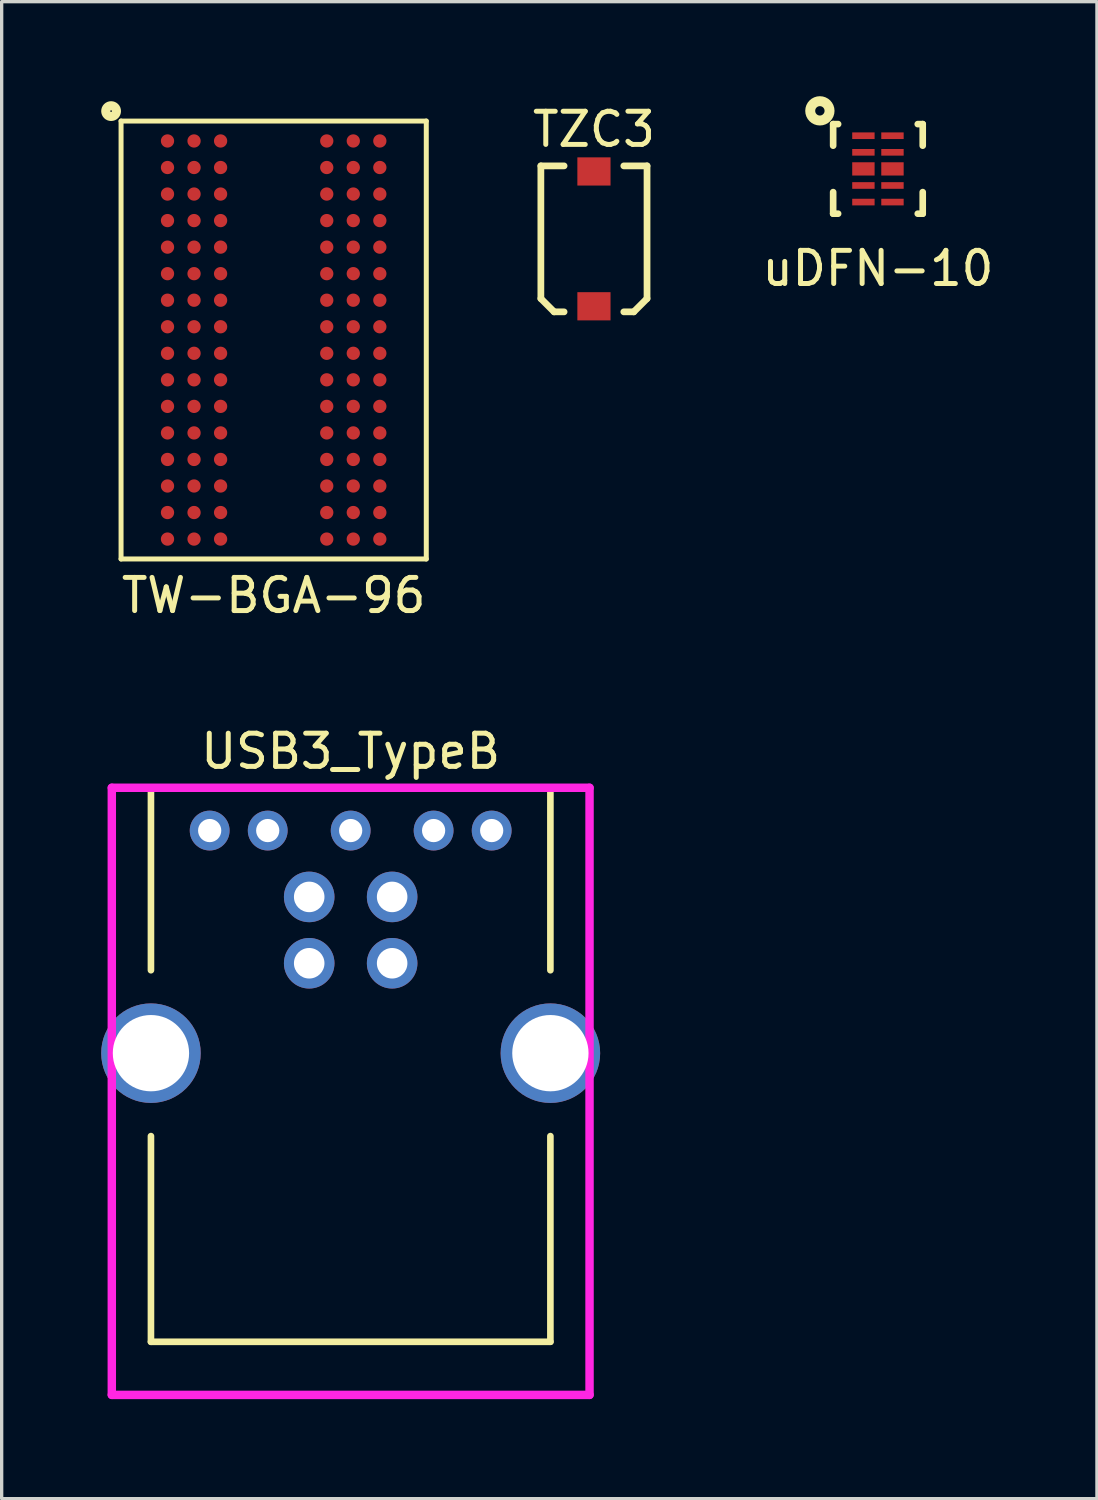
<source format=kicad_pcb>
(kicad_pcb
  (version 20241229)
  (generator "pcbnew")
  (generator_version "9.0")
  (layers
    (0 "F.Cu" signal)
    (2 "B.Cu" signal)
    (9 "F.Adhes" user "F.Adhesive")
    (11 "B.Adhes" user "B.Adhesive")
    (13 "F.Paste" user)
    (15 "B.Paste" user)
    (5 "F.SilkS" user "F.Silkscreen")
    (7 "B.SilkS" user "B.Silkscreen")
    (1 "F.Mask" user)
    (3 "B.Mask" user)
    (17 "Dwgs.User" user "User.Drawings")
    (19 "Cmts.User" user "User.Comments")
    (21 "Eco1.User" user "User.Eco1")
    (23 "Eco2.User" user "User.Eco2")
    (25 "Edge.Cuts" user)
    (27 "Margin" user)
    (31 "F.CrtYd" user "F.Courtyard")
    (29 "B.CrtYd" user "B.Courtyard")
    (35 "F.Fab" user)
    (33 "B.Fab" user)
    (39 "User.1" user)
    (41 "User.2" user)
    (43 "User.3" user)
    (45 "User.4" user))
  (footprint "TZC3"
    (layer "F.Cu")
    (at 14.853 4.15)
    (property "Reference" "TZC3" (at 0 -3.302 0) (layer "F.SilkS") (effects (font (size 1 1) (thickness 0.15))))
    (attr smd)
    (fp_line (start -1.6 -2.2) (end -0.9 -2.2) (stroke (width 0.203) (type solid)) (layer "F.SilkS"))
    (fp_line (start -1.6 1.8) (end -1.6 -2.2) (stroke (width 0.203) (type solid)) (layer "F.SilkS"))
    (fp_line (start -1.2 2.2) (end -1.6 1.8) (stroke (width 0.203) (type solid)) (layer "F.SilkS"))
    (fp_line (start -1.2 2.2) (end -0.9 2.2) (stroke (width 0.203) (type solid)) (layer "F.SilkS"))
    (fp_line (start 1.2 2.2) (end 0.9 2.2) (stroke (width 0.203) (type solid)) (layer "F.SilkS"))
    (fp_line (start 1.6 -2.2) (end 0.9 -2.2) (stroke (width 0.203) (type solid)) (layer "F.SilkS"))
    (fp_line (start 1.6 1.8) (end 1.2 2.2) (stroke (width 0.203) (type solid)) (layer "F.SilkS"))
    (fp_line (start 1.6 1.8) (end 1.6 -2.2) (stroke (width 0.203) (type solid)) (layer "F.SilkS"))
    (pad "1" smd rect (at 0 2.032 90) (size 0.85 1) (layers "F.Cu" "F.Mask" "F.Paste"))
    (pad "2" smd rect (at 0 -2.032 90) (size 0.85 1) (layers "F.Cu" "F.Mask" "F.Paste")))
  (footprint "uDFN-10"
    (layer "F.Cu")
    (at 23.413 2.041)
    (property "Reference" "uDFN-10" (at 0 3 0) (layer "F.SilkS") (effects (font (size 1 1) (thickness 0.15))))
    (attr smd)
    (fp_line (start -1.35 -1.35) (end -1.35 -0.7) (stroke (width 0.2) (type solid)) (layer "F.SilkS"))
    (fp_line (start -1.35 -1.35) (end -1.2 -1.35) (stroke (width 0.2) (type solid)) (layer "F.SilkS"))
    (fp_line (start -1.35 1.35) (end -1.35 0.7) (stroke (width 0.2) (type solid)) (layer "F.SilkS"))
    (fp_line (start -1.35 1.35) (end -1.2 1.35) (stroke (width 0.2) (type solid)) (layer "F.SilkS"))
    (fp_line (start 1.35 -1.35) (end 1.2 -1.35) (stroke (width 0.2) (type solid)) (layer "F.SilkS"))
    (fp_line (start 1.35 -1.35) (end 1.35 -0.7) (stroke (width 0.2) (type solid)) (layer "F.SilkS"))
    (fp_line (start 1.35 1.35) (end 1.2 1.35) (stroke (width 0.2) (type solid)) (layer "F.SilkS"))
    (fp_line (start 1.35 1.35) (end 1.35 0.7) (stroke (width 0.2) (type solid)) (layer "F.SilkS"))
    (fp_circle (center -1.75 -1.75) (end -1.65 -1.65) (stroke (width 0.3) (type solid)) (fill no) (layer "F.SilkS"))
    (fp_line (start -0.3 0) (end -0.575 0) (stroke (width 0.4) (type solid)) (layer "F.Paste"))
    (fp_line (start 0.575 0) (end 0.3 0) (stroke (width 0.4) (type solid)) (layer "F.Paste"))
    (pad "1" smd rect (at -0.438 -1 270) (size 0.2 0.675) (layers "F.Cu" "F.Mask" "F.Paste"))
    (pad "2" smd rect (at -0.438 -0.5 270) (size 0.2 0.675) (layers "F.Cu" "F.Mask" "F.Paste"))
    (pad "3" smd rect (at -0.438 0 270) (size 0.4 0.675) (layers "F.Cu" "F.Mask"))
    (pad "4" smd rect (at -0.438 0.5 270) (size 0.2 0.675) (layers "F.Cu" "F.Mask" "F.Paste"))
    (pad "5" smd rect (at -0.438 1 270) (size 0.2 0.675) (layers "F.Cu" "F.Mask" "F.Paste"))
    (pad "6" smd rect (at 0.438 1 270) (size 0.2 0.675) (layers "F.Cu" "F.Mask" "F.Paste"))
    (pad "7" smd rect (at 0.438 0.5 270) (size 0.2 0.675) (layers "F.Cu" "F.Mask" "F.Paste"))
    (pad "8" smd rect (at 0.438 0 270) (size 0.4 0.675) (layers "F.Cu" "F.Mask"))
    (pad "9" smd rect (at 0.438 -0.5 270) (size 0.2 0.675) (layers "F.Cu" "F.Mask" "F.Paste"))
    (pad "10" smd rect (at 0.438 -1 270) (size 0.2 0.675) (layers "F.Cu" "F.Mask" "F.Paste")))
  (footprint "TW-BGA-96"
    (layer "F.Cu")
    (at 5.199 7.199)
    (property "Reference" "TW-BGA-96" (at 0 7.7 0) (layer "F.SilkS") (effects (font (size 1 1) (thickness 0.15))))
    (attr smd)
    (fp_line (start -4.6 -6.6) (end -4.6 6.6) (stroke (width 0.15) (type solid)) (layer "F.SilkS"))
    (fp_line (start -4.6 -6.6) (end 4.6 -6.6) (stroke (width 0.15) (type solid)) (layer "F.SilkS"))
    (fp_line (start -4.6 6.6) (end 4.6 6.6) (stroke (width 0.15) (type solid)) (layer "F.SilkS"))
    (fp_line (start 4.6 -6.6) (end 4.6 6.6) (stroke (width 0.15) (type solid)) (layer "F.SilkS"))
    (fp_circle (center -4.9 -6.9) (end -4.8 -6.9) (stroke (width 0.15) (type solid)) (fill no) (layer "F.SilkS"))
    (fp_circle (center -4.9 -6.9) (end -4.7 -6.8) (stroke (width 0.15) (type solid)) (fill no) (layer "F.SilkS"))
    (pad "A1" smd circle (at -3.2 -6) (size 0.4 0.4) (layers "F.Cu" "F.Mask" "F.Paste"))
    (pad "A2" smd circle (at -2.4 -6) (size 0.4 0.4) (layers "F.Cu" "F.Mask" "F.Paste"))
    (pad "A3" smd circle (at -1.6 -6) (size 0.4 0.4) (layers "F.Cu" "F.Mask" "F.Paste"))
    (pad "A7" smd circle (at 1.6 -6) (size 0.4 0.4) (layers "F.Cu" "F.Mask" "F.Paste"))
    (pad "A8" smd circle (at 2.4 -6) (size 0.4 0.4) (layers "F.Cu" "F.Mask" "F.Paste"))
    (pad "A9" smd circle (at 3.2 -6) (size 0.4 0.4) (layers "F.Cu" "F.Mask" "F.Paste"))
    (pad "B1" smd circle (at -3.2 -5.2) (size 0.4 0.4) (layers "F.Cu" "F.Mask" "F.Paste"))
    (pad "B2" smd circle (at -2.4 -5.2) (size 0.4 0.4) (layers "F.Cu" "F.Mask" "F.Paste"))
    (pad "B3" smd circle (at -1.6 -5.2) (size 0.4 0.4) (layers "F.Cu" "F.Mask" "F.Paste"))
    (pad "B7" smd circle (at 1.6 -5.2) (size 0.4 0.4) (layers "F.Cu" "F.Mask" "F.Paste"))
    (pad "B8" smd circle (at 2.4 -5.2) (size 0.4 0.4) (layers "F.Cu" "F.Mask" "F.Paste"))
    (pad "B9" smd circle (at 3.2 -5.2) (size 0.4 0.4) (layers "F.Cu" "F.Mask" "F.Paste"))
    (pad "C1" smd circle (at -3.2 -4.4) (size 0.4 0.4) (layers "F.Cu" "F.Mask" "F.Paste"))
    (pad "C2" smd circle (at -2.4 -4.4) (size 0.4 0.4) (layers "F.Cu" "F.Mask" "F.Paste"))
    (pad "C3" smd circle (at -1.6 -4.4) (size 0.4 0.4) (layers "F.Cu" "F.Mask" "F.Paste"))
    (pad "C7" smd circle (at 1.6 -4.4) (size 0.4 0.4) (layers "F.Cu" "F.Mask" "F.Paste"))
    (pad "C8" smd circle (at 2.4 -4.4) (size 0.4 0.4) (layers "F.Cu" "F.Mask" "F.Paste"))
    (pad "C9" smd circle (at 3.2 -4.4) (size 0.4 0.4) (layers "F.Cu" "F.Mask" "F.Paste"))
    (pad "D1" smd circle (at -3.2 -3.6) (size 0.4 0.4) (layers "F.Cu" "F.Mask" "F.Paste"))
    (pad "D2" smd circle (at -2.4 -3.6) (size 0.4 0.4) (layers "F.Cu" "F.Mask" "F.Paste"))
    (pad "D3" smd circle (at -1.6 -3.6) (size 0.4 0.4) (layers "F.Cu" "F.Mask" "F.Paste"))
    (pad "D7" smd circle (at 1.6 -3.6) (size 0.4 0.4) (layers "F.Cu" "F.Mask" "F.Paste"))
    (pad "D8" smd circle (at 2.4 -3.6) (size 0.4 0.4) (layers "F.Cu" "F.Mask" "F.Paste"))
    (pad "D9" smd circle (at 3.2 -3.6) (size 0.4 0.4) (layers "F.Cu" "F.Mask" "F.Paste"))
    (pad "E1" smd circle (at -3.2 -2.8) (size 0.4 0.4) (layers "F.Cu" "F.Mask" "F.Paste"))
    (pad "E2" smd circle (at -2.4 -2.8) (size 0.4 0.4) (layers "F.Cu" "F.Mask" "F.Paste"))
    (pad "E3" smd circle (at -1.6 -2.8) (size 0.4 0.4) (layers "F.Cu" "F.Mask" "F.Paste"))
    (pad "E7" smd circle (at 1.6 -2.8) (size 0.4 0.4) (layers "F.Cu" "F.Mask" "F.Paste"))
    (pad "E8" smd circle (at 2.4 -2.8) (size 0.4 0.4) (layers "F.Cu" "F.Mask" "F.Paste"))
    (pad "E9" smd circle (at 3.2 -2.8) (size 0.4 0.4) (layers "F.Cu" "F.Mask" "F.Paste"))
    (pad "F1" smd circle (at -3.2 -2) (size 0.4 0.4) (layers "F.Cu" "F.Mask" "F.Paste"))
    (pad "F2" smd circle (at -2.4 -2) (size 0.4 0.4) (layers "F.Cu" "F.Mask" "F.Paste"))
    (pad "F3" smd circle (at -1.6 -2) (size 0.4 0.4) (layers "F.Cu" "F.Mask" "F.Paste"))
    (pad "F7" smd circle (at 1.6 -2) (size 0.4 0.4) (layers "F.Cu" "F.Mask" "F.Paste"))
    (pad "F8" smd circle (at 2.4 -2) (size 0.4 0.4) (layers "F.Cu" "F.Mask" "F.Paste"))
    (pad "F9" smd circle (at 3.2 -2) (size 0.4 0.4) (layers "F.Cu" "F.Mask" "F.Paste"))
    (pad "G1" smd circle (at -3.2 -1.2) (size 0.4 0.4) (layers "F.Cu" "F.Mask" "F.Paste"))
    (pad "G2" smd circle (at -2.4 -1.2) (size 0.4 0.4) (layers "F.Cu" "F.Mask" "F.Paste"))
    (pad "G3" smd circle (at -1.6 -1.2) (size 0.4 0.4) (layers "F.Cu" "F.Mask" "F.Paste"))
    (pad "G7" smd circle (at 1.6 -1.2) (size 0.4 0.4) (layers "F.Cu" "F.Mask" "F.Paste"))
    (pad "G8" smd circle (at 2.4 -1.2) (size 0.4 0.4) (layers "F.Cu" "F.Mask" "F.Paste"))
    (pad "G9" smd circle (at 3.2 -1.2) (size 0.4 0.4) (layers "F.Cu" "F.Mask" "F.Paste"))
    (pad "H1" smd circle (at -3.2 -0.4) (size 0.4 0.4) (layers "F.Cu" "F.Mask" "F.Paste"))
    (pad "H2" smd circle (at -2.4 -0.4) (size 0.4 0.4) (layers "F.Cu" "F.Mask" "F.Paste"))
    (pad "H3" smd circle (at -1.6 -0.4) (size 0.4 0.4) (layers "F.Cu" "F.Mask" "F.Paste"))
    (pad "H7" smd circle (at 1.6 -0.4) (size 0.4 0.4) (layers "F.Cu" "F.Mask" "F.Paste"))
    (pad "H8" smd circle (at 2.4 -0.4) (size 0.4 0.4) (layers "F.Cu" "F.Mask" "F.Paste"))
    (pad "H9" smd circle (at 3.2 -0.4) (size 0.4 0.4) (layers "F.Cu" "F.Mask" "F.Paste"))
    (pad "J1" smd circle (at -3.2 0.4) (size 0.4 0.4) (layers "F.Cu" "F.Mask" "F.Paste"))
    (pad "J2" smd circle (at -2.4 0.4) (size 0.4 0.4) (layers "F.Cu" "F.Mask" "F.Paste"))
    (pad "J3" smd circle (at -1.6 0.4) (size 0.4 0.4) (layers "F.Cu" "F.Mask" "F.Paste"))
    (pad "J7" smd circle (at 1.6 0.4) (size 0.4 0.4) (layers "F.Cu" "F.Mask" "F.Paste"))
    (pad "J8" smd circle (at 2.4 0.4) (size 0.4 0.4) (layers "F.Cu" "F.Mask" "F.Paste"))
    (pad "J9" smd circle (at 3.2 0.4) (size 0.4 0.4) (layers "F.Cu" "F.Mask" "F.Paste"))
    (pad "K1" smd circle (at -3.2 1.2) (size 0.4 0.4) (layers "F.Cu" "F.Mask" "F.Paste"))
    (pad "K2" smd circle (at -2.4 1.2) (size 0.4 0.4) (layers "F.Cu" "F.Mask" "F.Paste"))
    (pad "K3" smd circle (at -1.6 1.2) (size 0.4 0.4) (layers "F.Cu" "F.Mask" "F.Paste"))
    (pad "K7" smd circle (at 1.6 1.2) (size 0.4 0.4) (layers "F.Cu" "F.Mask" "F.Paste"))
    (pad "K8" smd circle (at 2.4 1.2) (size 0.4 0.4) (layers "F.Cu" "F.Mask" "F.Paste"))
    (pad "K9" smd circle (at 3.2 1.2) (size 0.4 0.4) (layers "F.Cu" "F.Mask" "F.Paste"))
    (pad "L1" smd circle (at -3.2 2) (size 0.4 0.4) (layers "F.Cu" "F.Mask" "F.Paste"))
    (pad "L2" smd circle (at -2.4 2) (size 0.4 0.4) (layers "F.Cu" "F.Mask" "F.Paste"))
    (pad "L3" smd circle (at -1.6 2) (size 0.4 0.4) (layers "F.Cu" "F.Mask" "F.Paste"))
    (pad "L7" smd circle (at 1.6 2) (size 0.4 0.4) (layers "F.Cu" "F.Mask" "F.Paste"))
    (pad "L8" smd circle (at 2.4 2) (size 0.4 0.4) (layers "F.Cu" "F.Mask" "F.Paste"))
    (pad "L9" smd circle (at 3.2 2) (size 0.4 0.4) (layers "F.Cu" "F.Mask" "F.Paste"))
    (pad "M1" smd circle (at -3.2 2.8) (size 0.4 0.4) (layers "F.Cu" "F.Mask" "F.Paste"))
    (pad "M2" smd circle (at -2.4 2.8) (size 0.4 0.4) (layers "F.Cu" "F.Mask" "F.Paste"))
    (pad "M3" smd circle (at -1.6 2.8) (size 0.4 0.4) (layers "F.Cu" "F.Mask" "F.Paste"))
    (pad "M7" smd circle (at 1.6 2.8) (size 0.4 0.4) (layers "F.Cu" "F.Mask" "F.Paste"))
    (pad "M8" smd circle (at 2.4 2.8) (size 0.4 0.4) (layers "F.Cu" "F.Mask" "F.Paste"))
    (pad "M9" smd circle (at 3.2 2.8) (size 0.4 0.4) (layers "F.Cu" "F.Mask" "F.Paste"))
    (pad "N1" smd circle (at -3.2 3.6) (size 0.4 0.4) (layers "F.Cu" "F.Mask" "F.Paste"))
    (pad "N2" smd circle (at -2.4 3.6) (size 0.4 0.4) (layers "F.Cu" "F.Mask" "F.Paste"))
    (pad "N3" smd circle (at -1.6 3.6) (size 0.4 0.4) (layers "F.Cu" "F.Mask" "F.Paste"))
    (pad "N7" smd circle (at 1.6 3.6) (size 0.4 0.4) (layers "F.Cu" "F.Mask" "F.Paste"))
    (pad "N8" smd circle (at 2.4 3.6) (size 0.4 0.4) (layers "F.Cu" "F.Mask" "F.Paste"))
    (pad "N9" smd circle (at 3.2 3.6) (size 0.4 0.4) (layers "F.Cu" "F.Mask" "F.Paste"))
    (pad "P1" smd circle (at -3.2 4.4) (size 0.4 0.4) (layers "F.Cu" "F.Mask" "F.Paste"))
    (pad "P2" smd circle (at -2.4 4.4) (size 0.4 0.4) (layers "F.Cu" "F.Mask" "F.Paste"))
    (pad "P3" smd circle (at -1.6 4.4) (size 0.4 0.4) (layers "F.Cu" "F.Mask" "F.Paste"))
    (pad "P7" smd circle (at 1.6 4.4) (size 0.4 0.4) (layers "F.Cu" "F.Mask" "F.Paste"))
    (pad "P8" smd circle (at 2.4 4.4) (size 0.4 0.4) (layers "F.Cu" "F.Mask" "F.Paste"))
    (pad "P9" smd circle (at 3.2 4.4) (size 0.4 0.4) (layers "F.Cu" "F.Mask" "F.Paste"))
    (pad "R1" smd circle (at -3.2 5.2) (size 0.4 0.4) (layers "F.Cu" "F.Mask" "F.Paste"))
    (pad "R2" smd circle (at -2.4 5.2) (size 0.4 0.4) (layers "F.Cu" "F.Mask" "F.Paste"))
    (pad "R3" smd circle (at -1.6 5.2) (size 0.4 0.4) (layers "F.Cu" "F.Mask" "F.Paste"))
    (pad "R7" smd circle (at 1.6 5.2) (size 0.4 0.4) (layers "F.Cu" "F.Mask" "F.Paste"))
    (pad "R8" smd circle (at 2.4 5.2) (size 0.4 0.4) (layers "F.Cu" "F.Mask" "F.Paste"))
    (pad "R9" smd circle (at 3.2 5.2) (size 0.4 0.4) (layers "F.Cu" "F.Mask" "F.Paste"))
    (pad "T1" smd circle (at -3.2 6) (size 0.4 0.4) (layers "F.Cu" "F.Mask" "F.Paste"))
    (pad "T2" smd circle (at -2.4 6) (size 0.4 0.4) (layers "F.Cu" "F.Mask" "F.Paste"))
    (pad "T3" smd circle (at -1.6 6) (size 0.4 0.4) (layers "F.Cu" "F.Mask" "F.Paste"))
    (pad "T7" smd circle (at 1.6 6) (size 0.4 0.4) (layers "F.Cu" "F.Mask" "F.Paste"))
    (pad "T8" smd circle (at 2.4 6) (size 0.4 0.4) (layers "F.Cu" "F.Mask" "F.Paste"))
    (pad "T9" smd circle (at 3.2 6) (size 0.4 0.4) (layers "F.Cu" "F.Mask" "F.Paste")))
  (footprint "USB3_TypeB"
    (layer "F.Cu")
    (at 7.52 28.695)
    (property "Reference" "USB3_TypeB" (at 0 -9.1 180) (layer "F.SilkS") (effects (font (size 1 1) (thickness 0.15))))
    (attr through_hole)
    (fp_line (start -6.02 -8) (end -6.02 -2.5) (stroke (width 0.2) (type solid)) (layer "F.SilkS"))
    (fp_line (start -6.02 8.7) (end -6.02 2.5) (stroke (width 0.2) (type solid)) (layer "F.SilkS"))
    (fp_line (start 6.02 -8) (end -6.02 -8) (stroke (width 0.2) (type solid)) (layer "F.SilkS"))
    (fp_line (start 6.02 -8) (end 6.02 -2.5) (stroke (width 0.2) (type solid)) (layer "F.SilkS"))
    (fp_line (start 6.02 8.7) (end -6.02 8.7) (stroke (width 0.2) (type solid)) (layer "F.SilkS"))
    (fp_line (start 6.02 8.7) (end 6.02 2.5) (stroke (width 0.2) (type solid)) (layer "F.SilkS"))
    (fp_line (start -7.2 10.3) (end -7.2 -8) (stroke (width 0.254) (type solid)) (layer "F.CrtYd"))
    (fp_line (start 7.2 -8) (end -7.2 -8) (stroke (width 0.254) (type solid)) (layer "F.CrtYd"))
    (fp_line (start 7.2 -8) (end 7.2 10.3) (stroke (width 0.254) (type solid)) (layer "F.CrtYd"))
    (fp_line (start 7.2 10.3) (end -7.2 10.3) (stroke (width 0.254) (type solid)) (layer "F.CrtYd"))
    (pad "1" thru_hole circle (at 1.25 -4.71 270) (size 1.524 1.524) (drill 0.92) (layers "*.Cu" "*.Mask"))
    (pad "2" thru_hole circle (at -1.25 -4.71 270) (size 1.524 1.524) (drill 0.92) (layers "*.Cu" "*.Mask"))
    (pad "3" thru_hole circle (at -1.25 -2.71) (size 1.524 1.524) (drill 0.92) (layers "*.Cu" "*.Mask"))
    (pad "4" thru_hole circle (at 1.25 -2.71) (size 1.524 1.524) (drill 0.92) (layers "*.Cu" "*.Mask"))
    (pad "5" thru_hole circle (at -4.25 -6.71) (size 1.2 1.2) (drill 0.7) (layers "*.Cu" "*.Mask"))
    (pad "6" thru_hole circle (at -2.5 -6.71) (size 1.2 1.2) (drill 0.7) (layers "*.Cu" "*.Mask"))
    (pad "7" thru_hole circle (at 0 -6.71) (size 1.2 1.2) (drill 0.7) (layers "*.Cu" "*.Mask"))
    (pad "8" thru_hole circle (at 2.5 -6.71) (size 1.2 1.2) (drill 0.7) (layers "*.Cu" "*.Mask"))
    (pad "9" thru_hole circle (at 4.25 -6.71) (size 1.2 1.2) (drill 0.7) (layers "*.Cu" "*.Mask"))
    (pad "SHLD" thru_hole circle (at -6.02 0) (size 3 3) (drill 2.3) (layers "*.Cu" "*.Mask"))
    (pad "SHLD" thru_hole circle (at 6.02 0) (size 3 3) (drill 2.3) (layers "*.Cu" "*.Mask")))
  (gr_rect
    (start -3 -3)
    (end 30.014 42.122)
    (stroke (width 0.1) (type default))
    (fill no)
    (layer "Edge.Cuts")))
</source>
